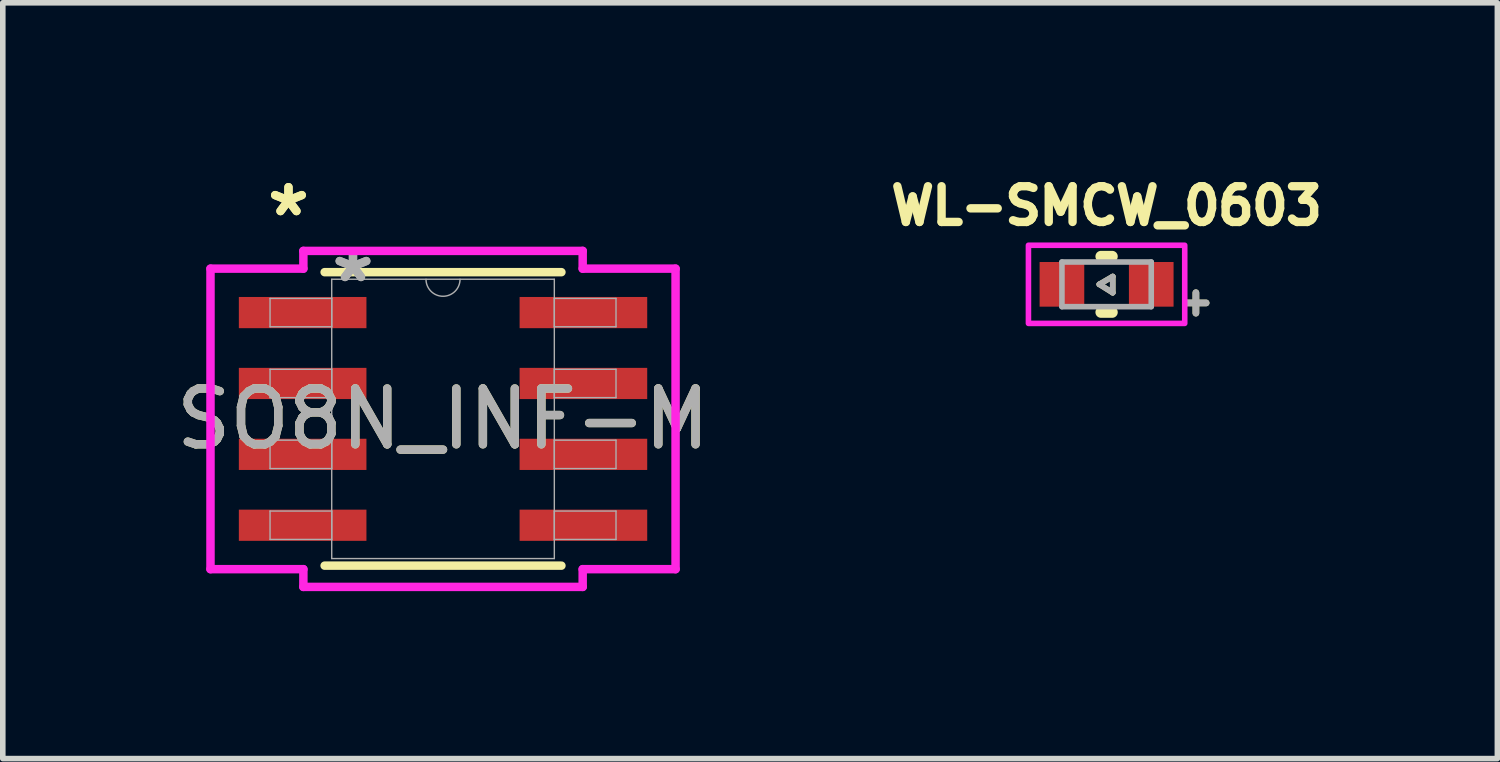
<source format=kicad_pcb>
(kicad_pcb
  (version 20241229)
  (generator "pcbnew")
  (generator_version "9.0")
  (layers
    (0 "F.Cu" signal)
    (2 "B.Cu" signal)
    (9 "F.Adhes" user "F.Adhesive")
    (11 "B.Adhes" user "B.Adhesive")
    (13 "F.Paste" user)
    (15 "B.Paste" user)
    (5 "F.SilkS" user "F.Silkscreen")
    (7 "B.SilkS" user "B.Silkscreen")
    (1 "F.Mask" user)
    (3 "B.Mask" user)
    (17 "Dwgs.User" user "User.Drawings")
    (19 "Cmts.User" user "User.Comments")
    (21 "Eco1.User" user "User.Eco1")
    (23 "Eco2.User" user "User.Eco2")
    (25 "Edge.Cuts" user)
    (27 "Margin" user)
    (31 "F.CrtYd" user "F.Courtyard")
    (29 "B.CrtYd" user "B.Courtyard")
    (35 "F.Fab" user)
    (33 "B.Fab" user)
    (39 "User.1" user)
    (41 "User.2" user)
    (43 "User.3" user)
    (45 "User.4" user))
  (footprint "SO8N_INF-M"
    (layer "F.Cu")
    (at 4.887 4.455)
    (property "Reference" "SO8N_INF-M" (at 0 0 0) (unlocked yes) (layer "F.SilkS") (effects (font (size 1 1) (thickness 0.15))))
    (attr smd)
    (fp_line (start -2.121 2.629) (end 2.121 2.629) (stroke (width 0.152) (type solid)) (layer "F.SilkS"))
    (fp_line (start 2.121 -2.629) (end -2.121 -2.629) (stroke (width 0.152) (type solid)) (layer "F.SilkS"))
    (fp_line (start -4.166 -2.692) (end -2.502 -2.692) (stroke (width 0.152) (type solid)) (layer "F.CrtYd"))
    (fp_line (start -4.166 2.692) (end -4.166 -2.692) (stroke (width 0.152) (type solid)) (layer "F.CrtYd"))
    (fp_line (start -4.166 2.692) (end -2.502 2.692) (stroke (width 0.152) (type solid)) (layer "F.CrtYd"))
    (fp_line (start -2.502 -3.01) (end 2.502 -3.01) (stroke (width 0.152) (type solid)) (layer "F.CrtYd"))
    (fp_line (start -2.502 -2.692) (end -2.502 -3.01) (stroke (width 0.152) (type solid)) (layer "F.CrtYd"))
    (fp_line (start -2.502 3.01) (end -2.502 2.692) (stroke (width 0.152) (type solid)) (layer "F.CrtYd"))
    (fp_line (start 2.502 -3.01) (end 2.502 -2.692) (stroke (width 0.152) (type solid)) (layer "F.CrtYd"))
    (fp_line (start 2.502 2.692) (end 2.502 3.01) (stroke (width 0.152) (type solid)) (layer "F.CrtYd"))
    (fp_line (start 2.502 3.01) (end -2.502 3.01) (stroke (width 0.152) (type solid)) (layer "F.CrtYd"))
    (fp_line (start 4.166 -2.692) (end 2.502 -2.692) (stroke (width 0.152) (type solid)) (layer "F.CrtYd"))
    (fp_line (start 4.166 -2.692) (end 4.166 2.692) (stroke (width 0.152) (type solid)) (layer "F.CrtYd"))
    (fp_line (start 4.166 2.692) (end 2.502 2.692) (stroke (width 0.152) (type solid)) (layer "F.CrtYd"))
    (fp_line (start -3.099 -2.159) (end -3.099 -1.651) (stroke (width 0.025) (type solid)) (layer "F.Fab"))
    (fp_line (start -3.099 -1.651) (end -1.994 -1.651) (stroke (width 0.025) (type solid)) (layer "F.Fab"))
    (fp_line (start -3.099 -0.889) (end -3.099 -0.381) (stroke (width 0.025) (type solid)) (layer "F.Fab"))
    (fp_line (start -3.099 -0.381) (end -1.994 -0.381) (stroke (width 0.025) (type solid)) (layer "F.Fab"))
    (fp_line (start -3.099 0.381) (end -3.099 0.889) (stroke (width 0.025) (type solid)) (layer "F.Fab"))
    (fp_line (start -3.099 0.889) (end -1.994 0.889) (stroke (width 0.025) (type solid)) (layer "F.Fab"))
    (fp_line (start -3.099 1.651) (end -3.099 2.159) (stroke (width 0.025) (type solid)) (layer "F.Fab"))
    (fp_line (start -3.099 2.159) (end -1.994 2.159) (stroke (width 0.025) (type solid)) (layer "F.Fab"))
    (fp_line (start -1.994 -2.502) (end -1.994 2.502) (stroke (width 0.025) (type solid)) (layer "F.Fab"))
    (fp_line (start -1.994 -2.159) (end -3.099 -2.159) (stroke (width 0.025) (type solid)) (layer "F.Fab"))
    (fp_line (start -1.994 -1.651) (end -1.994 -2.159) (stroke (width 0.025) (type solid)) (layer "F.Fab"))
    (fp_line (start -1.994 -0.889) (end -3.099 -0.889) (stroke (width 0.025) (type solid)) (layer "F.Fab"))
    (fp_line (start -1.994 -0.381) (end -1.994 -0.889) (stroke (width 0.025) (type solid)) (layer "F.Fab"))
    (fp_line (start -1.994 0.381) (end -3.099 0.381) (stroke (width 0.025) (type solid)) (layer "F.Fab"))
    (fp_line (start -1.994 0.889) (end -1.994 0.381) (stroke (width 0.025) (type solid)) (layer "F.Fab"))
    (fp_line (start -1.994 1.651) (end -3.099 1.651) (stroke (width 0.025) (type solid)) (layer "F.Fab"))
    (fp_line (start -1.994 2.159) (end -1.994 1.651) (stroke (width 0.025) (type solid)) (layer "F.Fab"))
    (fp_line (start -1.994 2.502) (end 1.994 2.502) (stroke (width 0.025) (type solid)) (layer "F.Fab"))
    (fp_line (start 1.994 -2.502) (end -1.994 -2.502) (stroke (width 0.025) (type solid)) (layer "F.Fab"))
    (fp_line (start 1.994 -2.159) (end 1.994 -1.651) (stroke (width 0.025) (type solid)) (layer "F.Fab"))
    (fp_line (start 1.994 -1.651) (end 3.099 -1.651) (stroke (width 0.025) (type solid)) (layer "F.Fab"))
    (fp_line (start 1.994 -0.889) (end 1.994 -0.381) (stroke (width 0.025) (type solid)) (layer "F.Fab"))
    (fp_line (start 1.994 -0.381) (end 3.099 -0.381) (stroke (width 0.025) (type solid)) (layer "F.Fab"))
    (fp_line (start 1.994 0.381) (end 1.994 0.889) (stroke (width 0.025) (type solid)) (layer "F.Fab"))
    (fp_line (start 1.994 0.889) (end 3.099 0.889) (stroke (width 0.025) (type solid)) (layer "F.Fab"))
    (fp_line (start 1.994 1.651) (end 1.994 2.159) (stroke (width 0.025) (type solid)) (layer "F.Fab"))
    (fp_line (start 1.994 2.159) (end 3.099 2.159) (stroke (width 0.025) (type solid)) (layer "F.Fab"))
    (fp_line (start 1.994 2.502) (end 1.994 -2.502) (stroke (width 0.025) (type solid)) (layer "F.Fab"))
    (fp_line (start 3.099 -2.159) (end 1.994 -2.159) (stroke (width 0.025) (type solid)) (layer "F.Fab"))
    (fp_line (start 3.099 -1.651) (end 3.099 -2.159) (stroke (width 0.025) (type solid)) (layer "F.Fab"))
    (fp_line (start 3.099 -0.889) (end 1.994 -0.889) (stroke (width 0.025) (type solid)) (layer "F.Fab"))
    (fp_line (start 3.099 -0.381) (end 3.099 -0.889) (stroke (width 0.025) (type solid)) (layer "F.Fab"))
    (fp_line (start 3.099 0.381) (end 1.994 0.381) (stroke (width 0.025) (type solid)) (layer "F.Fab"))
    (fp_line (start 3.099 0.889) (end 3.099 0.381) (stroke (width 0.025) (type solid)) (layer "F.Fab"))
    (fp_line (start 3.099 1.651) (end 1.994 1.651) (stroke (width 0.025) (type solid)) (layer "F.Fab"))
    (fp_line (start 3.099 2.159) (end 3.099 1.651) (stroke (width 0.025) (type solid)) (layer "F.Fab"))
    (fp_arc (start 0.3048 -2.5019) (mid 0 -2.1971) (end -0.3048 -2.5019) (stroke (width 0.0254) (type solid)) (layer "F.Fab"))
    (fp_text user "*" (at -2.769 -3.607 0) (layer "F.SilkS") (effects (font (size 1 1) (thickness 0.15))))
    (fp_text user "*" (at -2.769 -3.607 0) (unlocked yes) (layer "F.SilkS") (effects (font (size 1 1) (thickness 0.15))))
    (fp_text user "*" (at -1.613 -2.426 0) (layer "F.Fab") (effects (font (size 1 1) (thickness 0.15))))
    (fp_text user "${REFERENCE}" (at 0 0 0) (unlocked yes) (layer "F.Fab") (effects (font (size 1 1) (thickness 0.15))))
    (fp_text user "*" (at -1.613 -2.426 0) (unlocked yes) (layer "F.Fab") (effects (font (size 1 1) (thickness 0.15))))
    (pad "1" smd rect (at -2.515 -1.905) (size 2.286 0.559) (layers "F.Cu" "F.Mask" "F.Paste"))
    (pad "2" smd rect (at -2.515 -0.635) (size 2.286 0.559) (layers "F.Cu" "F.Mask" "F.Paste"))
    (pad "3" smd rect (at -2.515 0.635) (size 2.286 0.559) (layers "F.Cu" "F.Mask" "F.Paste"))
    (pad "4" smd rect (at -2.515 1.905) (size 2.286 0.559) (layers "F.Cu" "F.Mask" "F.Paste"))
    (pad "5" smd rect (at 2.515 1.905) (size 2.286 0.559) (layers "F.Cu" "F.Mask" "F.Paste"))
    (pad "6" smd rect (at 2.515 0.635) (size 2.286 0.559) (layers "F.Cu" "F.Mask" "F.Paste"))
    (pad "7" smd rect (at 2.515 -0.635) (size 2.286 0.559) (layers "F.Cu" "F.Mask" "F.Paste"))
    (pad "8" smd rect (at 2.515 -1.905) (size 2.286 0.559) (layers "F.Cu" "F.Mask" "F.Paste")))
  (footprint "WL-SMCW_0603"
    (layer "F.Cu")
    (at 16.775 2.044)
    (property "Reference" "WL-SMCW_0603" (at 0 -1.406 0) (layer "F.SilkS") (effects (font (size 0.64 0.64) (thickness 0.15))))
    (attr smd)
    (fp_line (start -0.13 0) (end 0.11 -0.14) (stroke (width 0.1) (type solid)) (layer "F.SilkS"))
    (fp_line (start -0.1 -0.5) (end 0.1 -0.5) (stroke (width 0.2) (type solid)) (layer "F.SilkS"))
    (fp_line (start 0.1 0.5) (end -0.1 0.5) (stroke (width 0.2) (type solid)) (layer "F.SilkS"))
    (fp_line (start 0.11 -0.14) (end 0.11 0.15) (stroke (width 0.1) (type solid)) (layer "F.SilkS"))
    (fp_line (start 0.11 0.15) (end -0.13 0) (stroke (width 0.1) (type solid)) (layer "F.SilkS"))
    (fp_poly (pts (xy -1.4 -0.7) (xy 1.4 -0.7) (xy 1.4 0.7) (xy -1.4 0.7)) (stroke (width 0.1) (type solid)) (fill no) (layer "F.CrtYd"))
    (fp_line (start -0.8 -0.4) (end 0.8 -0.4) (stroke (width 0.1) (type solid)) (layer "F.Fab"))
    (fp_line (start -0.8 0.4) (end -0.8 -0.4) (stroke (width 0.1) (type solid)) (layer "F.Fab"))
    (fp_line (start -0.8 0.4) (end 0.8 0.4) (stroke (width 0.1) (type solid)) (layer "F.Fab"))
    (fp_line (start -0.13 0) (end 0.11 -0.14) (stroke (width 0.1) (type solid)) (layer "F.Fab"))
    (fp_line (start 0.11 -0.14) (end 0.11 0.15) (stroke (width 0.1) (type solid)) (layer "F.Fab"))
    (fp_line (start 0.11 0.15) (end -0.13 0) (stroke (width 0.1) (type solid)) (layer "F.Fab"))
    (fp_line (start 0.8 -0.4) (end 0.8 0.4) (stroke (width 0.1) (type solid)) (layer "F.Fab"))
    (fp_text user "+" (at 1.6 0.3 0) (layer "F.SilkS") (effects (font (size 0.48 0.48) (thickness 0.15))))
    (fp_text user "+" (at 1.6 0.3 0) (layer "F.Fab") (effects (font (size 0.48 0.48) (thickness 0.15))))
    (pad "1" smd rect (at -0.8 0) (size 0.8 0.8) (layers "F.Cu" "F.Mask" "F.Paste"))
    (pad "2" smd rect (at 0.8 0) (size 0.8 0.8) (layers "F.Cu" "F.Mask" "F.Paste")))
  (gr_rect
    (start -3 -3)
    (end 23.776 10.541)
    (stroke (width 0.1) (type default))
    (fill no)
    (layer "Edge.Cuts")))
</source>
